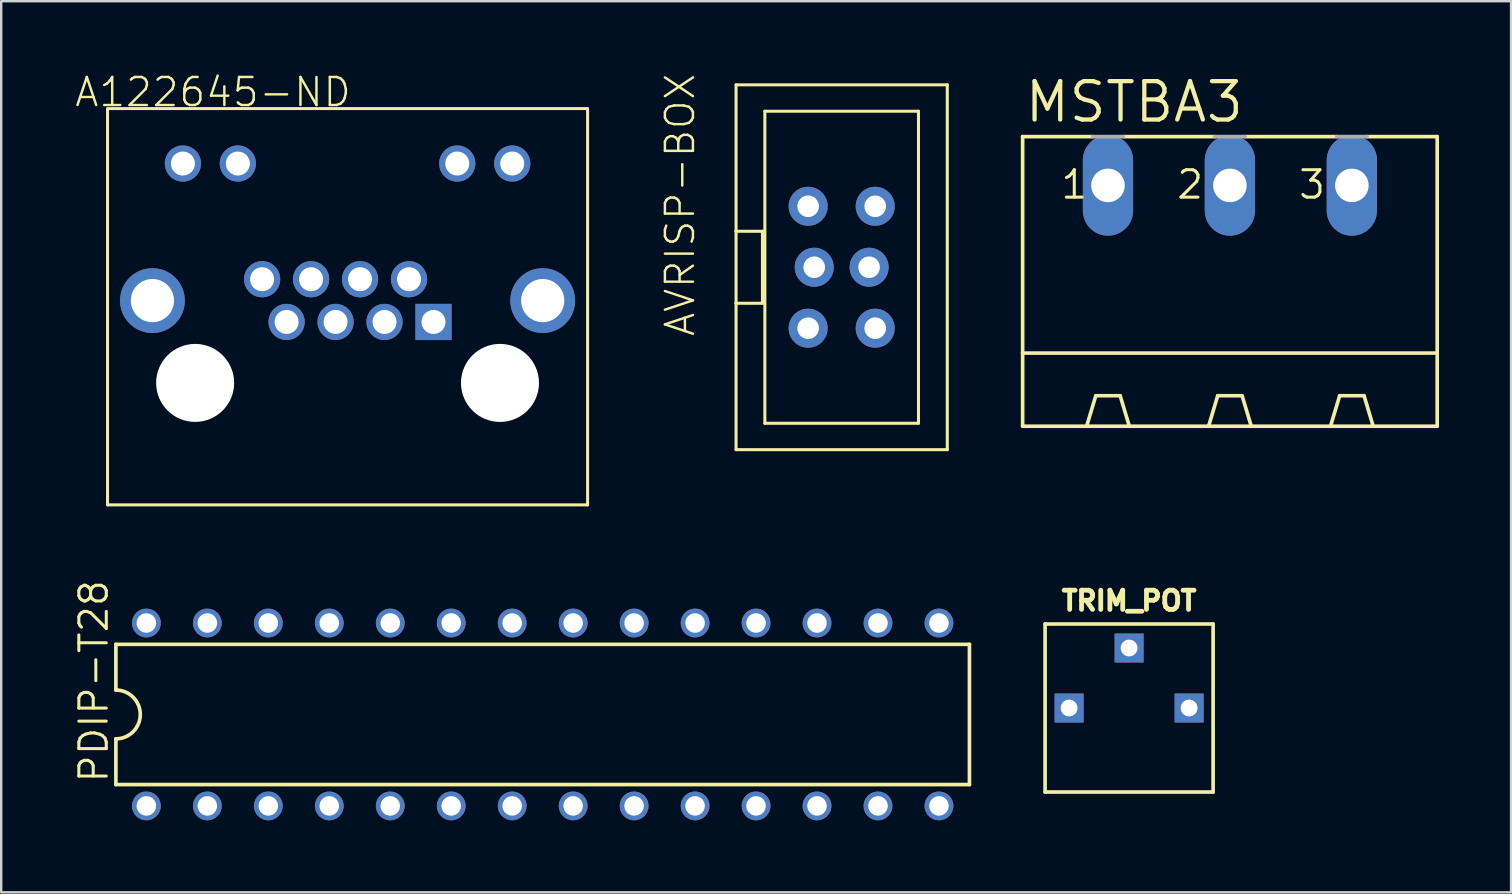
<source format=kicad_pcb>
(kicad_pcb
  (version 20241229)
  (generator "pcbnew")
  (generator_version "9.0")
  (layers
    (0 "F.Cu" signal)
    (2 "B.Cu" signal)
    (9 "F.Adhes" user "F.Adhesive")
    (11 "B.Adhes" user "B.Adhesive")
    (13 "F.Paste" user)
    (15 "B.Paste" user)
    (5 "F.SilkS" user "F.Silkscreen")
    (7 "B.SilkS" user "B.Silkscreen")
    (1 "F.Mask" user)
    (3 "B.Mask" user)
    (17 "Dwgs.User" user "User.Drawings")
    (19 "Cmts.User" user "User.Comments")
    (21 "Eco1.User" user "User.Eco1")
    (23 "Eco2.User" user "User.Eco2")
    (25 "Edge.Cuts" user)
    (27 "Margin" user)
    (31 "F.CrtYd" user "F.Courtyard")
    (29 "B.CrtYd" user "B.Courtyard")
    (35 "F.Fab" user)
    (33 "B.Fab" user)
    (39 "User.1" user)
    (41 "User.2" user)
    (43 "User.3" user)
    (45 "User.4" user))
  (footprint "MSTBA3"
    (layer "F.Cu")
    (at 48.19 9.754)
    (property "Reference" "MSTBA3" (at -8.636 -7.62 0) (layer "F.SilkS") (effects (font (size 1.6 1.6) (thickness 0.178)) (justify left bottom)))
    (fp_line (start -8.636 -7.112) (end -8.636 1.905) (stroke (width 0.152) (type solid)) (layer "F.SilkS"))
    (fp_line (start -8.636 -7.112) (end -5.715 -7.112) (stroke (width 0.152) (type solid)) (layer "F.SilkS"))
    (fp_line (start -8.636 1.905) (end -8.636 4.953) (stroke (width 0.152) (type solid)) (layer "F.SilkS"))
    (fp_line (start -8.636 1.905) (end 8.636 1.905) (stroke (width 0.152) (type solid)) (layer "F.SilkS"))
    (fp_line (start -8.636 4.953) (end -5.969 4.953) (stroke (width 0.152) (type solid)) (layer "F.SilkS"))
    (fp_line (start -5.969 4.953) (end -5.588 3.683) (stroke (width 0.152) (type solid)) (layer "F.SilkS"))
    (fp_line (start -5.969 4.953) (end -4.191 4.953) (stroke (width 0.152) (type solid)) (layer "F.SilkS"))
    (fp_line (start -4.572 3.683) (end -5.588 3.683) (stroke (width 0.152) (type solid)) (layer "F.SilkS"))
    (fp_line (start -4.445 -7.112) (end -0.635 -7.112) (stroke (width 0.152) (type solid)) (layer "F.SilkS"))
    (fp_line (start -4.191 4.953) (end -4.572 3.683) (stroke (width 0.152) (type solid)) (layer "F.SilkS"))
    (fp_line (start -4.191 4.953) (end -0.889 4.953) (stroke (width 0.152) (type solid)) (layer "F.SilkS"))
    (fp_line (start -0.889 4.953) (end -0.508 3.683) (stroke (width 0.152) (type solid)) (layer "F.SilkS"))
    (fp_line (start -0.889 4.953) (end 0.889 4.953) (stroke (width 0.152) (type solid)) (layer "F.SilkS"))
    (fp_line (start -0.508 3.683) (end 0.508 3.683) (stroke (width 0.152) (type solid)) (layer "F.SilkS"))
    (fp_line (start 0.635 -7.112) (end 4.445 -7.112) (stroke (width 0.152) (type solid)) (layer "F.SilkS"))
    (fp_line (start 0.889 4.953) (end 0.508 3.683) (stroke (width 0.152) (type solid)) (layer "F.SilkS"))
    (fp_line (start 0.889 4.953) (end 4.191 4.953) (stroke (width 0.152) (type solid)) (layer "F.SilkS"))
    (fp_line (start 4.191 4.953) (end 4.572 3.683) (stroke (width 0.152) (type solid)) (layer "F.SilkS"))
    (fp_line (start 4.191 4.953) (end 5.969 4.953) (stroke (width 0.152) (type solid)) (layer "F.SilkS"))
    (fp_line (start 4.572 3.683) (end 5.588 3.683) (stroke (width 0.152) (type solid)) (layer "F.SilkS"))
    (fp_line (start 5.715 -7.112) (end 8.636 -7.112) (stroke (width 0.152) (type solid)) (layer "F.SilkS"))
    (fp_line (start 5.969 4.953) (end 5.588 3.683) (stroke (width 0.152) (type solid)) (layer "F.SilkS"))
    (fp_line (start 5.969 4.953) (end 8.636 4.953) (stroke (width 0.152) (type solid)) (layer "F.SilkS"))
    (fp_line (start 8.636 -7.112) (end 8.636 1.905) (stroke (width 0.152) (type solid)) (layer "F.SilkS"))
    (fp_line (start 8.636 1.905) (end 8.636 4.953) (stroke (width 0.152) (type solid)) (layer "F.SilkS"))
    (fp_line (start -5.715 -7.112) (end -4.445 -7.112) (stroke (width 0.152) (type solid)) (layer "F.Fab"))
    (fp_line (start -0.635 -7.112) (end 0.635 -7.112) (stroke (width 0.152) (type solid)) (layer "F.Fab"))
    (fp_line (start 4.445 -7.112) (end 5.715 -7.112) (stroke (width 0.152) (type solid)) (layer "F.Fab"))
    (fp_text user "2" (at -2.286 -4.445 0) (layer "F.SilkS") (effects (font (size 1.143 1.143) (thickness 0.127)) (justify left bottom)))
    (fp_text user "3" (at 2.794 -4.445 0) (layer "F.SilkS") (effects (font (size 1.143 1.143) (thickness 0.127)) (justify left bottom)))
    (fp_text user "1" (at -7.112 -4.445 0) (layer "F.SilkS") (effects (font (size 1.143 1.143) (thickness 0.127)) (justify left bottom)))
    (pad "1" thru_hole oval (at -5.08 -5.08 90) (size 4.191 2.095) (drill 1.397) (layers "*.Cu" "*.Mask"))
    (pad "2" thru_hole oval (at 0 -5.08 90) (size 4.191 2.095) (drill 1.397) (layers "*.Cu" "*.Mask"))
    (pad "3" thru_hole oval (at 5.08 -5.08 90) (size 4.191 2.095) (drill 1.397) (layers "*.Cu" "*.Mask")))
  (footprint "A122645-ND"
    (layer "F.Cu")
    (at 11.43 12.903)
    (property "Reference" "A122645-ND" (at -11.43 -11.43 0) (layer "F.SilkS") (effects (font (size 1.168 1.168) (thickness 0.102)) (justify left bottom)))
    (fp_line (start -10 -11.43) (end 10 -11.43) (stroke (width 0.127) (type solid)) (layer "F.SilkS"))
    (fp_line (start -10 5.08) (end -10 -11.4) (stroke (width 0.127) (type solid)) (layer "F.SilkS"))
    (fp_line (start -10 5.08) (end 10 5.08) (stroke (width 0.127) (type solid)) (layer "F.SilkS"))
    (fp_line (start 10 5.08) (end 10 -11.4) (stroke (width 0.127) (type solid)) (layer "F.SilkS"))
    (pad "" np_thru_hole circle (at -6.35 0) (size 3.25 3.25) (drill 3.25) (layers "*.Cu" "*.Mask"))
    (pad "" np_thru_hole circle (at 6.35 0) (size 3.25 3.25) (drill 3.25) (layers "*.Cu" "*.Mask"))
    (pad "P$1" thru_hole rect (at 3.58 -2.54) (size 1.508 1.508) (drill 1) (layers "*.Cu" "*.Mask"))
    (pad "P$2" thru_hole circle (at 2.56 -4.32) (size 1.508 1.508) (drill 1) (layers "*.Cu" "*.Mask"))
    (pad "P$3" thru_hole circle (at 1.54 -2.54) (size 1.508 1.508) (drill 1) (layers "*.Cu" "*.Mask"))
    (pad "P$4" thru_hole circle (at 0.52 -4.32) (size 1.508 1.508) (drill 1) (layers "*.Cu" "*.Mask"))
    (pad "P$5" thru_hole circle (at -0.5 -2.54) (size 1.508 1.508) (drill 1) (layers "*.Cu" "*.Mask"))
    (pad "P$6" thru_hole circle (at -1.52 -4.32) (size 1.508 1.508) (drill 1) (layers "*.Cu" "*.Mask"))
    (pad "P$7" thru_hole circle (at -2.54 -2.54) (size 1.508 1.508) (drill 1) (layers "*.Cu" "*.Mask"))
    (pad "P$8" thru_hole circle (at -3.56 -4.32) (size 1.508 1.508) (drill 1) (layers "*.Cu" "*.Mask"))
    (pad "P$9" thru_hole circle (at -6.86 -9.14) (size 1.508 1.508) (drill 1) (layers "*.Cu" "*.Mask"))
    (pad "P$10" thru_hole circle (at -4.57 -9.14) (size 1.508 1.508) (drill 1) (layers "*.Cu" "*.Mask"))
    (pad "P$11" thru_hole circle (at 4.57 -9.14) (size 1.508 1.508) (drill 1) (layers "*.Cu" "*.Mask"))
    (pad "P$12" thru_hole circle (at 6.86 -9.14) (size 1.508 1.508) (drill 1) (layers "*.Cu" "*.Mask"))
    (pad "P$13" thru_hole circle (at -8.13 -3.43) (size 2.7 2.7) (drill 1.8) (layers "*.Cu" "*.Mask"))
    (pad "P$14" thru_hole circle (at 8.13 -3.43) (size 2.7 2.7) (drill 1.8) (layers "*.Cu" "*.Mask")))
  (footprint "PDIP-T28"
    (layer "F.Cu")
    (at 19.558 26.715)
    (property "Reference" "PDIP-T28" (at -18.034 2.921 90) (layer "F.SilkS") (effects (font (size 1.143 1.143) (thickness 0.127)) (justify left bottom)))
    (fp_line (start -17.78 -2.921) (end -17.78 -1.016) (stroke (width 0.152) (type solid)) (layer "F.SilkS"))
    (fp_line (start -17.78 2.921) (end -17.78 1.016) (stroke (width 0.152) (type solid)) (layer "F.SilkS"))
    (fp_line (start -17.78 2.921) (end 17.78 2.921) (stroke (width 0.152) (type solid)) (layer "F.SilkS"))
    (fp_line (start 17.78 -2.921) (end -17.78 -2.921) (stroke (width 0.152) (type solid)) (layer "F.SilkS"))
    (fp_line (start 17.78 -2.921) (end 17.78 2.921) (stroke (width 0.152) (type solid)) (layer "F.SilkS"))
    (fp_arc (start -17.78 -1.016) (mid -16.764 0) (end -17.78 1.016) (stroke (width 0.1524) (type solid)) (layer "F.SilkS"))
    (pad "1" thru_hole circle (at -16.51 3.81 90) (size 1.2 1.2) (drill 0.813) (layers "*.Cu" "*.Mask"))
    (pad "2" thru_hole circle (at -13.97 3.81 90) (size 1.2 1.2) (drill 0.813) (layers "*.Cu" "*.Mask"))
    (pad "3" thru_hole circle (at -11.43 3.81 90) (size 1.2 1.2) (drill 0.813) (layers "*.Cu" "*.Mask"))
    (pad "4" thru_hole circle (at -8.89 3.81 90) (size 1.2 1.2) (drill 0.813) (layers "*.Cu" "*.Mask"))
    (pad "5" thru_hole circle (at -6.35 3.81 90) (size 1.2 1.2) (drill 0.813) (layers "*.Cu" "*.Mask"))
    (pad "6" thru_hole circle (at -3.81 3.81 90) (size 1.2 1.2) (drill 0.813) (layers "*.Cu" "*.Mask"))
    (pad "7" thru_hole circle (at -1.27 3.81 90) (size 1.2 1.2) (drill 0.813) (layers "*.Cu" "*.Mask"))
    (pad "8" thru_hole circle (at 1.27 3.81 90) (size 1.2 1.2) (drill 0.813) (layers "*.Cu" "*.Mask"))
    (pad "9" thru_hole circle (at 3.81 3.81 90) (size 1.2 1.2) (drill 0.813) (layers "*.Cu" "*.Mask"))
    (pad "10" thru_hole circle (at 6.35 3.81 90) (size 1.2 1.2) (drill 0.813) (layers "*.Cu" "*.Mask"))
    (pad "11" thru_hole circle (at 8.89 3.81 90) (size 1.2 1.2) (drill 0.813) (layers "*.Cu" "*.Mask"))
    (pad "12" thru_hole circle (at 11.43 3.81 90) (size 1.2 1.2) (drill 0.813) (layers "*.Cu" "*.Mask"))
    (pad "13" thru_hole circle (at 13.97 3.81 90) (size 1.2 1.2) (drill 0.813) (layers "*.Cu" "*.Mask"))
    (pad "14" thru_hole circle (at 16.51 3.81 90) (size 1.2 1.2) (drill 0.813) (layers "*.Cu" "*.Mask"))
    (pad "15" thru_hole circle (at 16.51 -3.81 90) (size 1.2 1.2) (drill 0.813) (layers "*.Cu" "*.Mask"))
    (pad "16" thru_hole circle (at 13.97 -3.81 90) (size 1.2 1.2) (drill 0.813) (layers "*.Cu" "*.Mask"))
    (pad "17" thru_hole circle (at 11.43 -3.81 90) (size 1.2 1.2) (drill 0.813) (layers "*.Cu" "*.Mask"))
    (pad "18" thru_hole circle (at 8.89 -3.81 90) (size 1.2 1.2) (drill 0.813) (layers "*.Cu" "*.Mask"))
    (pad "19" thru_hole circle (at 6.35 -3.81 90) (size 1.2 1.2) (drill 0.813) (layers "*.Cu" "*.Mask"))
    (pad "20" thru_hole circle (at 3.81 -3.81 90) (size 1.2 1.2) (drill 0.813) (layers "*.Cu" "*.Mask"))
    (pad "21" thru_hole circle (at 1.27 -3.81 90) (size 1.2 1.2) (drill 0.813) (layers "*.Cu" "*.Mask"))
    (pad "22" thru_hole circle (at -1.27 -3.81 90) (size 1.2 1.2) (drill 0.813) (layers "*.Cu" "*.Mask"))
    (pad "23" thru_hole circle (at -3.81 -3.81 90) (size 1.2 1.2) (drill 0.813) (layers "*.Cu" "*.Mask"))
    (pad "24" thru_hole circle (at -6.35 -3.81 90) (size 1.2 1.2) (drill 0.813) (layers "*.Cu" "*.Mask"))
    (pad "25" thru_hole circle (at -8.89 -3.81 90) (size 1.2 1.2) (drill 0.813) (layers "*.Cu" "*.Mask"))
    (pad "26" thru_hole circle (at -11.43 -3.81 90) (size 1.2 1.2) (drill 0.813) (layers "*.Cu" "*.Mask"))
    (pad "27" thru_hole circle (at -13.97 -3.81 90) (size 1.2 1.2) (drill 0.813) (layers "*.Cu" "*.Mask"))
    (pad "28" thru_hole circle (at -16.51 -3.81 90) (size 1.2 1.2) (drill 0.813) (layers "*.Cu" "*.Mask")))
  (footprint "AVRISP-BOX"
    (layer "F.Cu")
    (at 32.015 8.084)
    (property "Reference" "AVRISP-BOX" (at -6.048 2.948 90) (layer "F.SilkS") (effects (font (size 1.168 1.168) (thickness 0.102)) (justify left bottom)))
    (fp_line (start -4.4 -7.6) (end 4.4 -7.6) (stroke (width 0.127) (type solid)) (layer "F.SilkS"))
    (fp_line (start -4.4 -1.5) (end -4.4 -7.6) (stroke (width 0.127) (type solid)) (layer "F.SilkS"))
    (fp_line (start -4.4 -1.5) (end -3.3 -1.5) (stroke (width 0.127) (type solid)) (layer "F.SilkS"))
    (fp_line (start -4.4 1.5) (end -4.4 -1.5) (stroke (width 0.127) (type solid)) (layer "F.SilkS"))
    (fp_line (start -4.4 7.6) (end -4.4 1.5) (stroke (width 0.127) (type solid)) (layer "F.SilkS"))
    (fp_line (start -3.3 -1.5) (end -3.3 1.5) (stroke (width 0.127) (type solid)) (layer "F.SilkS"))
    (fp_line (start -3.3 1.5) (end -4.4 1.5) (stroke (width 0.127) (type solid)) (layer "F.SilkS"))
    (fp_line (start -3.2 -6.5) (end 3.2 -6.5) (stroke (width 0.127) (type solid)) (layer "F.SilkS"))
    (fp_line (start -3.2 6.5) (end -3.2 -6.5) (stroke (width 0.127) (type solid)) (layer "F.SilkS"))
    (fp_line (start 3.2 -6.5) (end 3.2 6.5) (stroke (width 0.127) (type solid)) (layer "F.SilkS"))
    (fp_line (start 3.2 6.5) (end -3.2 6.5) (stroke (width 0.127) (type solid)) (layer "F.SilkS"))
    (fp_line (start 4.4 -7.6) (end 4.4 7.6) (stroke (width 0.127) (type solid)) (layer "F.SilkS"))
    (fp_line (start 4.4 7.6) (end -4.4 7.6) (stroke (width 0.127) (type solid)) (layer "F.SilkS"))
    (pad "1" thru_hole circle (at -1.397 -2.54) (size 1.626 1.626) (drill 0.9) (layers "*.Cu" "*.Mask"))
    (pad "2" thru_hole circle (at 1.397 -2.54) (size 1.626 1.626) (drill 0.9) (layers "*.Cu" "*.Mask"))
    (pad "3" thru_hole circle (at -1.143 0) (size 1.626 1.626) (drill 0.9) (layers "*.Cu" "*.Mask"))
    (pad "4" thru_hole circle (at 1.143 0) (size 1.626 1.626) (drill 0.9) (layers "*.Cu" "*.Mask"))
    (pad "5" thru_hole circle (at -1.397 2.54) (size 1.626 1.626) (drill 0.9) (layers "*.Cu" "*.Mask"))
    (pad "6" thru_hole circle (at 1.397 2.54) (size 1.626 1.626) (drill 0.9) (layers "*.Cu" "*.Mask")))
  (footprint "TRIM_POT"
    (layer "F.Cu")
    (at 43.99 26.447)
    (property "Reference" "TRIM_POT" (at 0 -4 0) (layer "F.SilkS") (effects (font (size 0.8 0.8) (thickness 0.2)) (justify bottom)))
    (fp_line (start -3.5 -3.5) (end 3.5 -3.5) (stroke (width 0.152) (type solid)) (layer "F.SilkS"))
    (fp_line (start -3.5 3.5) (end -3.5 -3.5) (stroke (width 0.152) (type solid)) (layer "F.SilkS"))
    (fp_line (start 3.5 -3.5) (end 3.5 3.5) (stroke (width 0.152) (type solid)) (layer "F.SilkS"))
    (fp_line (start 3.5 3.5) (end -3.5 3.5) (stroke (width 0.152) (type solid)) (layer "F.SilkS"))
    (pad "1" thru_hole rect (at -2.5 0) (size 1.208 1.208) (drill 0.7) (layers "*.Cu" "*.Mask"))
    (pad "2" thru_hole rect (at 0 -2.5) (size 1.208 1.208) (drill 0.7) (layers "*.Cu" "*.Mask"))
    (pad "3" thru_hole rect (at 2.5 0) (size 1.208 1.208) (drill 0.7) (layers "*.Cu" "*.Mask")))
  (gr_rect
    (start -3 -3)
    (end 59.903 34.125)
    (stroke (width 0.1) (type default))
    (fill no)
    (layer "Edge.Cuts")))
</source>
